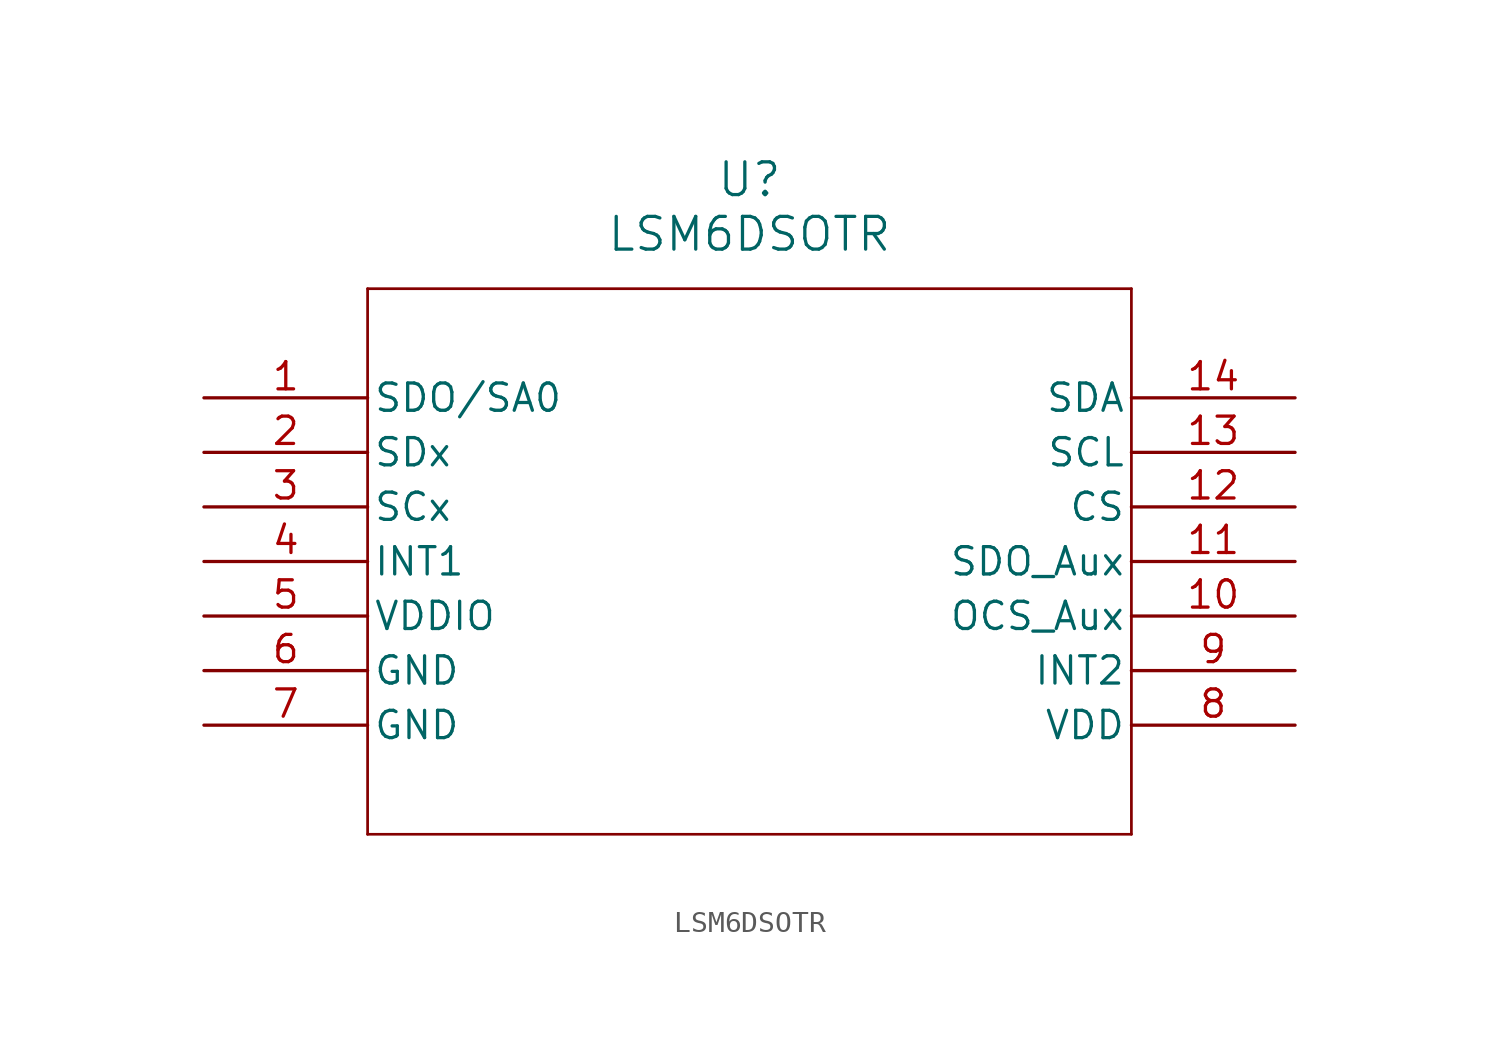
<source format=kicad_sym>
(kicad_symbol_lib
  (version 20241209)
  (generator "kicad_symbol_editor")
  (generator_version "9.0")
  (symbol "LSM6DSOTR"
    (pin_names
      (offset 0.254))
    (property "Reference" "U"
      (at 25.4 10.16 0)
      (effects (font (size 1.524 1.524))))
    (property "Value" "LSM6DSOTR"
      (at 25.4 7.62 0)
      (effects (font (size 1.524 1.524))))
    (property "ki_locked" ""
      (at 0 0 0)
      (effects (font (size 1.27 1.27))))
    (symbol "LSM6DSOTR_0_1"
      (polyline (pts (xy 7.62 5.08) (xy 7.62 -20.32)) (stroke (width 0.127) (type default)) (fill (type none)))
      (polyline (pts (xy 7.62 -20.32) (xy 43.18 -20.32)) (stroke (width 0.127) (type default)) (fill (type none)))
      (polyline (pts (xy 43.18 5.08) (xy 7.62 5.08)) (stroke (width 0.127) (type default)) (fill (type none)))
      (polyline (pts (xy 43.18 -20.32) (xy 43.18 5.08)) (stroke (width 0.127) (type default)) (fill (type none)))
      (pin passive line (at 0 0 0) (length 7.62) (name "SDO/SA0" (effects (font (size 1.27 1.27)))) (number "1" (effects (font (size 1.27 1.27)))))
      (pin passive line (at 0 -2.54 0) (length 7.62) (name "SDx" (effects (font (size 1.27 1.27)))) (number "2" (effects (font (size 1.27 1.27)))))
      (pin passive line (at 0 -5.08 0) (length 7.62) (name "SCx" (effects (font (size 1.27 1.27)))) (number "3" (effects (font (size 1.27 1.27)))))
      (pin output line (at 0 -7.62 0) (length 7.62) (name "INT1" (effects (font (size 1.27 1.27)))) (number "4" (effects (font (size 1.27 1.27)))))
      (pin passive line (at 0 -10.16 0) (length 7.62) (name "VDDIO" (effects (font (size 1.27 1.27)))) (number "5" (effects (font (size 1.27 1.27)))))
      (pin passive line (at 0 -12.7 0) (length 7.62) (name "GND" (effects (font (size 1.27 1.27)))) (number "6" (effects (font (size 1.27 1.27)))))
      (pin passive line (at 0 -15.24 0) (length 7.62) (name "GND" (effects (font (size 1.27 1.27)))) (number "7" (effects (font (size 1.27 1.27)))))
      (pin bidirectional line (at 50.8 0 180) (length 7.62) (name "SDA" (effects (font (size 1.27 1.27)))) (number "14" (effects (font (size 1.27 1.27)))))
      (pin input line (at 50.8 -2.54 180) (length 7.62) (name "SCL" (effects (font (size 1.27 1.27)))) (number "13" (effects (font (size 1.27 1.27)))))
      (pin input line (at 50.8 -5.08 180) (length 7.62) (name "CS" (effects (font (size 1.27 1.27)))) (number "12" (effects (font (size 1.27 1.27)))))
      (pin bidirectional line (at 50.8 -7.62 180) (length 7.62) (name "SDO_Aux" (effects (font (size 1.27 1.27)))) (number "11" (effects (font (size 1.27 1.27)))))
      (pin bidirectional line (at 50.8 -10.16 180) (length 7.62) (name "OCS_Aux" (effects (font (size 1.27 1.27)))) (number "10" (effects (font (size 1.27 1.27)))))
      (pin output line (at 50.8 -12.7 180) (length 7.62) (name "INT2" (effects (font (size 1.27 1.27)))) (number "9" (effects (font (size 1.27 1.27)))))
      (pin passive line (at 50.8 -15.24 180) (length 7.62) (name "VDD" (effects (font (size 1.27 1.27)))) (number "8" (effects (font (size 1.27 1.27))))))))
</source>
